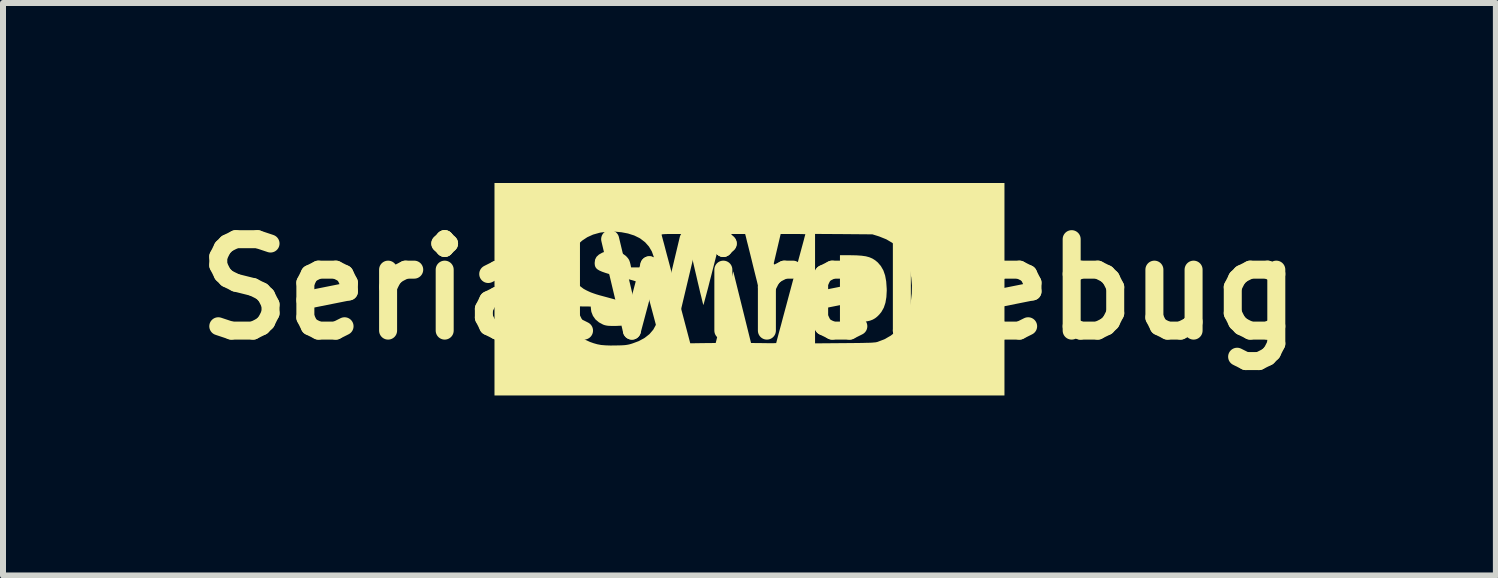
<source format=kicad_pcb>
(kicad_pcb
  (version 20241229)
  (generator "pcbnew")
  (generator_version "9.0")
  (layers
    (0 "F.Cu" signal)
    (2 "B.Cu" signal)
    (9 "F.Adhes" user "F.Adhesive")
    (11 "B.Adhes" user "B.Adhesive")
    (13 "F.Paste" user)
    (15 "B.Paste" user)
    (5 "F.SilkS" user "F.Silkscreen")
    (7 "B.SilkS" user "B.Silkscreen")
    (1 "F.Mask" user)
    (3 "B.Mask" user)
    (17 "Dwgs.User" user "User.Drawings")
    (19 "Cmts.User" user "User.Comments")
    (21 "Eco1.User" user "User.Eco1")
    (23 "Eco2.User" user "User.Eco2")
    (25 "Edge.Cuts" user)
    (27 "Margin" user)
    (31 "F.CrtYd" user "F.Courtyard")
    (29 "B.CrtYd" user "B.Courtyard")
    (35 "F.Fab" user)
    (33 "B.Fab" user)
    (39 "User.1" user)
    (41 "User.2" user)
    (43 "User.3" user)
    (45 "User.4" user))
  (footprint "SerialWireDebug"
    (layer "F.Cu")
    (at 9.442 1.771)
    (property "Reference" "SerialWireDebug" (at 0 0 0) (layer "F.SilkS") (effects (font (size 1.524 1.524) (thickness 0.3))))
    (attr board_only exclude_from_pos_files exclude_from_bom)
    (fp_poly (pts (xy 1.682 -0.567) (xy 1.784 -0.565) (xy 1.869 -0.559) (xy 1.94 -0.549) (xy 1.999 -0.533) (xy 2.05 -0.511) (xy 2.096 -0.482) (xy 2.139 -0.446) (xy 2.191 -0.385) (xy 2.232 -0.313) (xy 2.261 -0.229) (xy 2.279 -0.13) (xy 2.287 -0.015) (xy 2.288 0.021) (xy 2.282 0.131) (xy 2.266 0.226) (xy 2.239 0.307) (xy 2.199 0.378) (xy 2.165 0.42) (xy 2.129 0.456) (xy 2.092 0.485) (xy 2.053 0.507) (xy 2.008 0.524) (xy 1.953 0.536) (xy 1.887 0.545) (xy 1.806 0.55) (xy 1.718 0.554) (xy 1.508 0.559) (xy 1.508 -0.567)) (stroke (width 0) (type solid)) (fill yes) (layer "F.SilkS"))
    (fp_poly (pts (xy 4.25 1.771) (xy -4.25 1.771) (xy -4.25 0.283) (xy -3.046 0.283) (xy -3.046 0.346) (xy -3.036 0.45) (xy -3.007 0.547) (xy -2.961 0.637) (xy -2.898 0.717) (xy -2.82 0.788) (xy -2.726 0.847) (xy -2.659 0.878) (xy -2.597 0.9) (xy -2.537 0.917) (xy -2.473 0.929) (xy -2.401 0.935) (xy -2.318 0.938) (xy -2.236 0.937) (xy -2.167 0.936) (xy -2.114 0.934) (xy -2.073 0.931) (xy -2.038 0.926) (xy -2.007 0.92) (xy -1.974 0.911) (xy -1.959 0.906) (xy -1.946 0.902) (xy 1.093 0.902) (xy 1.586 0.898) (xy 1.703 0.897) (xy 1.801 0.896) (xy 1.882 0.895) (xy 1.948 0.893) (xy 2.002 0.892) (xy 2.044 0.89) (xy 2.076 0.887) (xy 2.101 0.885) (xy 2.12 0.881) (xy 2.133 0.878) (xy 2.249 0.834) (xy 2.354 0.774) (xy 2.447 0.701) (xy 2.526 0.615) (xy 2.569 0.552) (xy 2.622 0.447) (xy 2.662 0.33) (xy 2.69 0.203) (xy 2.705 0.071) (xy 2.708 -0.062) (xy 2.697 -0.194) (xy 2.673 -0.321) (xy 2.636 -0.439) (xy 2.605 -0.51) (xy 2.544 -0.612) (xy 2.47 -0.699) (xy 2.383 -0.772) (xy 2.281 -0.832) (xy 2.164 -0.879) (xy 2.14 -0.887) (xy 2.049 -0.915) (xy 1.571 -0.919) (xy 1.093 -0.922) (xy 1.093 0.902) (xy -1.946 0.902) (xy -1.844 0.864) (xy -1.747 0.811) (xy -1.667 0.748) (xy -1.603 0.673) (xy -1.556 0.586) (xy -1.525 0.488) (xy -1.513 0.419) (xy -1.511 0.358) (xy -1.516 0.289) (xy -1.528 0.222) (xy -1.545 0.164) (xy -1.552 0.147) (xy -1.58 0.1) (xy -1.62 0.049) (xy -1.668 -0.001) (xy -1.718 -0.044) (xy -1.749 -0.065) (xy -1.782 -0.084) (xy -1.814 -0.1) (xy -1.85 -0.116) (xy -1.892 -0.131) (xy -1.942 -0.147) (xy -2.005 -0.164) (xy -2.083 -0.185) (xy -2.133 -0.198) (xy -2.239 -0.226) (xy -2.327 -0.25) (xy -2.399 -0.272) (xy -2.456 -0.292) (xy -2.5 -0.311) (xy -2.532 -0.33) (xy -2.555 -0.351) (xy -2.569 -0.373) (xy -2.577 -0.398) (xy -2.58 -0.427) (xy -2.58 -0.441) (xy -2.573 -0.495) (xy -2.55 -0.54) (xy -2.509 -0.578) (xy -2.454 -0.609) (xy -2.423 -0.621) (xy -2.391 -0.628) (xy -2.351 -0.631) (xy -2.312 -0.632) (xy -2.231 -0.627) (xy -2.165 -0.615) (xy -2.111 -0.592) (xy -2.065 -0.559) (xy -2.053 -0.548) (xy -2.026 -0.518) (xy -2.007 -0.489) (xy -1.993 -0.452) (xy -1.981 -0.404) (xy -1.979 -0.392) (xy -1.973 -0.364) (xy -1.566 -0.364) (xy -1.573 -0.422) (xy -1.593 -0.533) (xy -1.627 -0.629) (xy -1.676 -0.712) (xy -1.74 -0.784) (xy -1.82 -0.845) (xy -1.835 -0.854) (xy -1.923 -0.897) (xy -1.959 -0.908) (xy -1.465 -0.908) (xy -1.462 -0.897) (xy -1.454 -0.867) (xy -1.442 -0.821) (xy -1.425 -0.759) (xy -1.405 -0.683) (xy -1.382 -0.595) (xy -1.355 -0.495) (xy -1.326 -0.386) (xy -1.295 -0.268) (xy -1.262 -0.143) (xy -1.228 -0.013) (xy -1.224 0.003) (xy -0.987 0.901) (xy -0.775 0.898) (xy -0.563 0.896) (xy -0.525 0.744) (xy -0.515 0.701) (xy -0.5 0.642) (xy -0.482 0.569) (xy -0.462 0.485) (xy -0.439 0.393) (xy -0.415 0.296) (xy -0.391 0.198) (xy -0.379 0.147) (xy -0.27 -0.297) (xy 0.026 0.896) (xy 0.236 0.898) (xy 0.298 0.899) (xy 0.353 0.899) (xy 0.398 0.899) (xy 0.43 0.898) (xy 0.444 0.897) (xy 0.445 0.897) (xy 0.448 0.887) (xy 0.455 0.859) (xy 0.467 0.813) (xy 0.483 0.753) (xy 0.503 0.678) (xy 0.527 0.591) (xy 0.553 0.492) (xy 0.582 0.384) (xy 0.614 0.266) (xy 0.647 0.142) (xy 0.682 0.012) (xy 0.688 -0.01) (xy 0.723 -0.141) (xy 0.757 -0.267) (xy 0.789 -0.385) (xy 0.818 -0.496) (xy 0.845 -0.596) (xy 0.869 -0.685) (xy 0.89 -0.762) (xy 0.907 -0.825) (xy 0.919 -0.873) (xy 0.928 -0.904) (xy 0.931 -0.917) (xy 0.931 -0.917) (xy 0.921 -0.918) (xy 0.895 -0.919) (xy 0.853 -0.92) (xy 0.801 -0.921) (xy 0.741 -0.921) (xy 0.726 -0.921) (xy 0.52 -0.921) (xy 0.38 -0.326) (xy 0.355 -0.22) (xy 0.331 -0.119) (xy 0.308 -0.026) (xy 0.288 0.057) (xy 0.27 0.13) (xy 0.256 0.19) (xy 0.244 0.235) (xy 0.237 0.264) (xy 0.233 0.275) (xy 0.233 0.275) (xy 0.23 0.267) (xy 0.222 0.241) (xy 0.21 0.199) (xy 0.195 0.142) (xy 0.177 0.072) (xy 0.156 -0.009) (xy 0.133 -0.099) (xy 0.108 -0.197) (xy 0.087 -0.281) (xy 0.061 -0.386) (xy 0.037 -0.485) (xy 0.014 -0.578) (xy -0.007 -0.662) (xy -0.025 -0.735) (xy -0.041 -0.796) (xy -0.052 -0.842) (xy -0.059 -0.872) (xy -0.062 -0.883) (xy -0.072 -0.921) (xy -0.461 -0.921) (xy -0.612 -0.329) (xy -0.639 -0.223) (xy -0.665 -0.123) (xy -0.688 -0.031) (xy -0.71 0.051) (xy -0.729 0.122) (xy -0.745 0.181) (xy -0.757 0.225) (xy -0.765 0.253) (xy -0.768 0.263) (xy -0.768 0.263) (xy -0.772 0.253) (xy -0.779 0.226) (xy -0.79 0.182) (xy -0.804 0.123) (xy -0.822 0.052) (xy -0.841 -0.031) (xy -0.863 -0.123) (xy -0.886 -0.223) (xy -0.911 -0.329) (xy -1.047 -0.921) (xy -1.258 -0.921) (xy -1.332 -0.921) (xy -1.387 -0.92) (xy -1.426 -0.918) (xy -1.45 -0.916) (xy -1.463 -0.912) (xy -1.465 -0.908) (xy -1.959 -0.908) (xy -2.024 -0.929) (xy -2.134 -0.95) (xy -2.25 -0.961) (xy -2.366 -0.959) (xy -2.48 -0.945) (xy -2.5 -0.941) (xy -2.607 -0.911) (xy -2.704 -0.867) (xy -2.79 -0.81) (xy -2.863 -0.743) (xy -2.921 -0.666) (xy -2.961 -0.582) (xy -2.966 -0.566) (xy -2.978 -0.51) (xy -2.984 -0.443) (xy -2.984 -0.372) (xy -2.979 -0.306) (xy -2.971 -0.265) (xy -2.942 -0.193) (xy -2.896 -0.124) (xy -2.836 -0.061) (xy -2.765 -0.007) (xy -2.719 0.018) (xy -2.681 0.036) (xy -2.643 0.053) (xy -2.602 0.068) (xy -2.555 0.084) (xy -2.498 0.101) (xy -2.427 0.12) (xy -2.346 0.142) (xy -2.247 0.169) (xy -2.166 0.193) (xy -2.1 0.215) (xy -2.048 0.236) (xy -2.008 0.258) (xy -1.977 0.28) (xy -1.954 0.304) (xy -1.937 0.332) (xy -1.932 0.34) (xy -1.915 0.392) (xy -1.917 0.441) (xy -1.939 0.488) (xy -1.973 0.527) (xy -2.01 0.56) (xy -2.049 0.583) (xy -2.094 0.599) (xy -2.147 0.608) (xy -2.215 0.611) (xy -2.257 0.612) (xy -2.314 0.611) (xy -2.357 0.609) (xy -2.39 0.604) (xy -2.418 0.597) (xy -2.44 0.589) (xy -2.509 0.552) (xy -2.567 0.503) (xy -2.609 0.444) (xy -2.635 0.378) (xy -2.64 0.346) (xy -2.646 0.288) (xy -2.846 0.286) (xy -3.046 0.283) (xy -4.25 0.283) (xy -4.25 -1.771) (xy 4.25 -1.771)) (stroke (width 0) (type solid)) (fill yes) (layer "F.SilkS")))
  (gr_rect
    (start -3 -3)
    (end 21.883 6.542)
    (stroke (width 0.1) (type default))
    (fill no)
    (layer "Edge.Cuts")))
</source>
